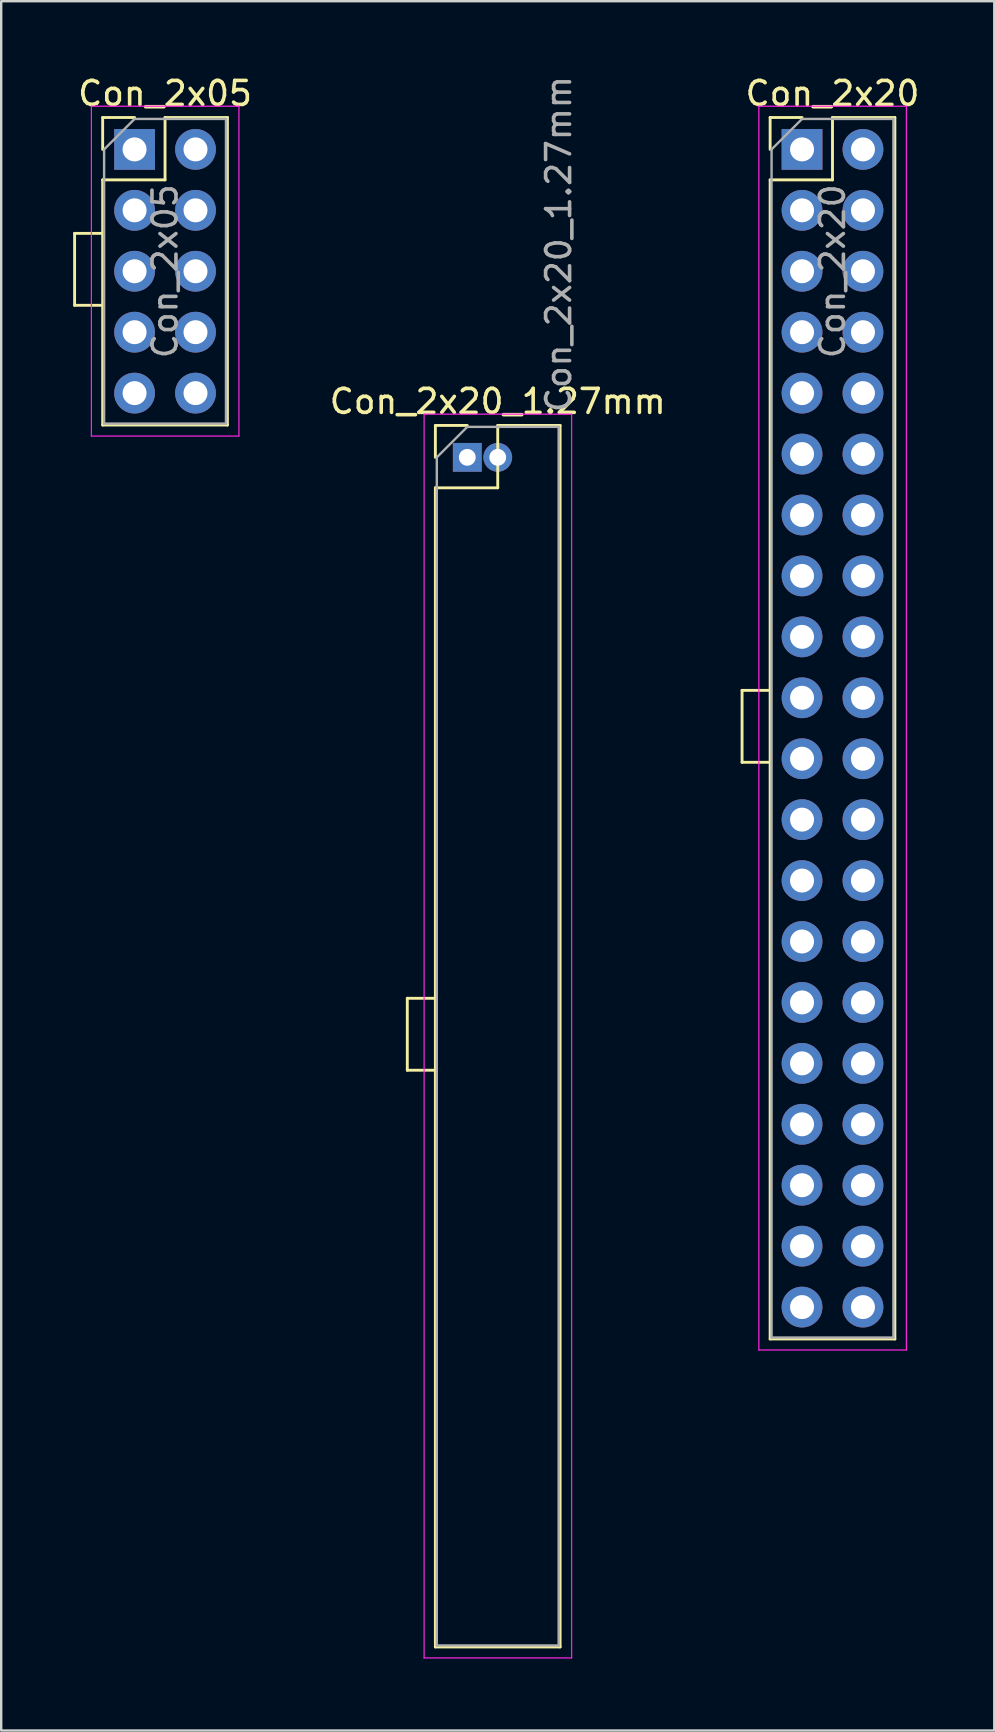
<source format=kicad_pcb>
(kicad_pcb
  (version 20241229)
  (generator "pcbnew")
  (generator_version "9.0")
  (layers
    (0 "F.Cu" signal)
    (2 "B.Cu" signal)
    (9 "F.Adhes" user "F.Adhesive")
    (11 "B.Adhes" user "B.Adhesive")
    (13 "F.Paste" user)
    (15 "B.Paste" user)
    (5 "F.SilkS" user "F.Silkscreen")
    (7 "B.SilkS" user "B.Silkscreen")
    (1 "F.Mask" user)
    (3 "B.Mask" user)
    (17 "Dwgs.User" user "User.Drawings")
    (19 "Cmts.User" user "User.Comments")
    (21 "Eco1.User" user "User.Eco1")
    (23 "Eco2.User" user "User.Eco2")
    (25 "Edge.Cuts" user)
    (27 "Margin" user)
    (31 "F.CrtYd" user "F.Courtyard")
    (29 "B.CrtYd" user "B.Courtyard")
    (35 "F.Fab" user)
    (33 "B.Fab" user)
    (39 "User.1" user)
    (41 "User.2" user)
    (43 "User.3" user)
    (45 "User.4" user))
  (footprint "Con_2x20"
    (layer "F.Cu")
    (at 30.384 3.178)
    (property "Reference" "Con_2x20" (at 1.27 -2.33 0) (layer "F.SilkS") (effects (font (size 1 1) (thickness 0.15))))
    (attr through_hole)
    (fp_line (start -2.5 22.55) (end -2.5 25.55) (stroke (width 0.12) (type solid)) (layer "F.SilkS"))
    (fp_line (start -2.5 25.55) (end -1.33 25.55) (stroke (width 0.12) (type solid)) (layer "F.SilkS"))
    (fp_line (start -1.33 -1.33) (end 0 -1.33) (stroke (width 0.12) (type solid)) (layer "F.SilkS"))
    (fp_line (start -1.33 0) (end -1.33 -1.33) (stroke (width 0.12) (type solid)) (layer "F.SilkS"))
    (fp_line (start -1.33 1.27) (end -1.33 49.59) (stroke (width 0.12) (type solid)) (layer "F.SilkS"))
    (fp_line (start -1.33 1.27) (end 1.27 1.27) (stroke (width 0.12) (type solid)) (layer "F.SilkS"))
    (fp_line (start -1.33 22.55) (end -2.5 22.55) (stroke (width 0.12) (type solid)) (layer "F.SilkS"))
    (fp_line (start -1.33 49.59) (end 3.87 49.59) (stroke (width 0.12) (type solid)) (layer "F.SilkS"))
    (fp_line (start 1.27 -1.33) (end 3.87 -1.33) (stroke (width 0.12) (type solid)) (layer "F.SilkS"))
    (fp_line (start 1.27 1.27) (end 1.27 -1.33) (stroke (width 0.12) (type solid)) (layer "F.SilkS"))
    (fp_line (start 3.87 -1.33) (end 3.87 49.59) (stroke (width 0.12) (type solid)) (layer "F.SilkS"))
    (fp_line (start -1.8 -1.8) (end -1.8 50.05) (stroke (width 0.05) (type solid)) (layer "F.CrtYd"))
    (fp_line (start -1.8 50.05) (end 4.35 50.05) (stroke (width 0.05) (type solid)) (layer "F.CrtYd"))
    (fp_line (start 4.35 -1.8) (end -1.8 -1.8) (stroke (width 0.05) (type solid)) (layer "F.CrtYd"))
    (fp_line (start 4.35 50.05) (end 4.35 -1.8) (stroke (width 0.05) (type solid)) (layer "F.CrtYd"))
    (fp_line (start -1.27 0) (end 0 -1.27) (stroke (width 0.1) (type solid)) (layer "F.Fab"))
    (fp_line (start -1.27 49.53) (end -1.27 0) (stroke (width 0.1) (type solid)) (layer "F.Fab"))
    (fp_line (start 0 -1.27) (end 3.81 -1.27) (stroke (width 0.1) (type solid)) (layer "F.Fab"))
    (fp_line (start 3.81 -1.27) (end 3.81 49.53) (stroke (width 0.1) (type solid)) (layer "F.Fab"))
    (fp_line (start 3.81 49.53) (end -1.27 49.53) (stroke (width 0.1) (type solid)) (layer "F.Fab"))
    (fp_text user "${REFERENCE}" (at 1.27 5.08 90) (layer "F.Fab") (effects (font (size 1 1) (thickness 0.15))))
    (pad "1" thru_hole rect (at 0 0) (size 1.7 1.7) (drill 1) (layers "*.Cu" "*.Mask"))
    (pad "2" thru_hole oval (at 2.54 0) (size 1.7 1.7) (drill 1) (layers "*.Cu" "*.Mask"))
    (pad "3" thru_hole oval (at 0 2.54) (size 1.7 1.7) (drill 1) (layers "*.Cu" "*.Mask"))
    (pad "4" thru_hole oval (at 2.54 2.54) (size 1.7 1.7) (drill 1) (layers "*.Cu" "*.Mask"))
    (pad "5" thru_hole oval (at 0 5.08) (size 1.7 1.7) (drill 1) (layers "*.Cu" "*.Mask"))
    (pad "6" thru_hole oval (at 2.54 5.08) (size 1.7 1.7) (drill 1) (layers "*.Cu" "*.Mask"))
    (pad "7" thru_hole oval (at 0 7.62) (size 1.7 1.7) (drill 1) (layers "*.Cu" "*.Mask"))
    (pad "8" thru_hole oval (at 2.54 7.62) (size 1.7 1.7) (drill 1) (layers "*.Cu" "*.Mask"))
    (pad "9" thru_hole oval (at 0 10.16) (size 1.7 1.7) (drill 1) (layers "*.Cu" "*.Mask"))
    (pad "10" thru_hole oval (at 2.54 10.16) (size 1.7 1.7) (drill 1) (layers "*.Cu" "*.Mask"))
    (pad "11" thru_hole circle (at 0 12.7) (size 1.7 1.7) (drill 1) (layers "*.Cu" "*.Mask"))
    (pad "12" thru_hole circle (at 2.54 12.7) (size 1.7 1.7) (drill 1) (layers "*.Cu" "*.Mask"))
    (pad "13" thru_hole circle (at 0 15.24) (size 1.7 1.7) (drill 1) (layers "*.Cu" "*.Mask"))
    (pad "14" thru_hole circle (at 2.54 15.24) (size 1.7 1.7) (drill 1) (layers "*.Cu" "*.Mask"))
    (pad "15" thru_hole circle (at 0 17.78) (size 1.7 1.7) (drill 1) (layers "*.Cu" "*.Mask"))
    (pad "16" thru_hole circle (at 2.54 17.78) (size 1.7 1.7) (drill 1) (layers "*.Cu" "*.Mask"))
    (pad "17" thru_hole circle (at 0 20.32) (size 1.7 1.7) (drill 1) (layers "*.Cu" "*.Mask"))
    (pad "18" thru_hole circle (at 2.54 20.32) (size 1.7 1.7) (drill 1) (layers "*.Cu" "*.Mask"))
    (pad "19" thru_hole circle (at 0 22.86) (size 1.7 1.7) (drill 1) (layers "*.Cu" "*.Mask"))
    (pad "20" thru_hole circle (at 2.54 22.86) (size 1.7 1.7) (drill 1) (layers "*.Cu" "*.Mask"))
    (pad "21" thru_hole circle (at 0 25.4) (size 1.7 1.7) (drill 1) (layers "*.Cu" "*.Mask"))
    (pad "22" thru_hole circle (at 2.54 25.4) (size 1.7 1.7) (drill 1) (layers "*.Cu" "*.Mask"))
    (pad "23" thru_hole circle (at 0 27.94) (size 1.7 1.7) (drill 1) (layers "*.Cu" "*.Mask"))
    (pad "24" thru_hole circle (at 2.54 27.94) (size 1.7 1.7) (drill 1) (layers "*.Cu" "*.Mask"))
    (pad "25" thru_hole circle (at 0 30.48) (size 1.7 1.7) (drill 1) (layers "*.Cu" "*.Mask"))
    (pad "26" thru_hole circle (at 2.54 30.48) (size 1.7 1.7) (drill 1) (layers "*.Cu" "*.Mask"))
    (pad "27" thru_hole circle (at 0 33.02) (size 1.7 1.7) (drill 1) (layers "*.Cu" "*.Mask"))
    (pad "28" thru_hole circle (at 2.54 33.02) (size 1.7 1.7) (drill 1) (layers "*.Cu" "*.Mask"))
    (pad "29" thru_hole circle (at 0 35.56) (size 1.7 1.7) (drill 1) (layers "*.Cu" "*.Mask"))
    (pad "30" thru_hole circle (at 2.54 35.56) (size 1.7 1.7) (drill 1) (layers "*.Cu" "*.Mask"))
    (pad "31" thru_hole circle (at 0 38.1) (size 1.7 1.7) (drill 1) (layers "*.Cu" "*.Mask"))
    (pad "32" thru_hole circle (at 2.54 38.1) (size 1.7 1.7) (drill 1) (layers "*.Cu" "*.Mask"))
    (pad "33" thru_hole circle (at 0 40.64) (size 1.7 1.7) (drill 1) (layers "*.Cu" "*.Mask"))
    (pad "34" thru_hole circle (at 2.54 40.64) (size 1.7 1.7) (drill 1) (layers "*.Cu" "*.Mask"))
    (pad "35" thru_hole circle (at 0 43.18) (size 1.7 1.7) (drill 1) (layers "*.Cu" "*.Mask"))
    (pad "36" thru_hole circle (at 2.54 43.18) (size 1.7 1.7) (drill 1) (layers "*.Cu" "*.Mask"))
    (pad "37" thru_hole circle (at 0 45.72) (size 1.7 1.7) (drill 1) (layers "*.Cu" "*.Mask"))
    (pad "38" thru_hole circle (at 2.54 45.72) (size 1.7 1.7) (drill 1) (layers "*.Cu" "*.Mask"))
    (pad "39" thru_hole circle (at 0 48.26) (size 1.7 1.7) (drill 1) (layers "*.Cu" "*.Mask"))
    (pad "40" thru_hole circle (at 2.54 48.26) (size 1.7 1.7) (drill 1) (layers "*.Cu" "*.Mask")))
  (footprint "Con_2x20_1.27mm"
    (layer "F.Cu")
    (at 16.429 16.015)
    (property "Reference" "Con_2x20_1.27mm" (at 1.27 -2.33 0) (layer "F.SilkS") (effects (font (size 1 1) (thickness 0.15))))
    (attr through_hole)
    (fp_line (start -2.5 22.55) (end -2.5 25.55) (stroke (width 0.12) (type solid)) (layer "F.SilkS"))
    (fp_line (start -2.5 25.55) (end -1.33 25.55) (stroke (width 0.12) (type solid)) (layer "F.SilkS"))
    (fp_line (start -1.33 -1.33) (end 0 -1.33) (stroke (width 0.12) (type solid)) (layer "F.SilkS"))
    (fp_line (start -1.33 0) (end -1.33 -1.33) (stroke (width 0.12) (type solid)) (layer "F.SilkS"))
    (fp_line (start -1.33 1.27) (end -1.33 49.59) (stroke (width 0.12) (type solid)) (layer "F.SilkS"))
    (fp_line (start -1.33 1.27) (end 1.27 1.27) (stroke (width 0.12) (type solid)) (layer "F.SilkS"))
    (fp_line (start -1.33 22.55) (end -2.5 22.55) (stroke (width 0.12) (type solid)) (layer "F.SilkS"))
    (fp_line (start -1.33 49.59) (end 3.87 49.59) (stroke (width 0.12) (type solid)) (layer "F.SilkS"))
    (fp_line (start 1.27 -1.33) (end 3.87 -1.33) (stroke (width 0.12) (type solid)) (layer "F.SilkS"))
    (fp_line (start 1.27 1.27) (end 1.27 -1.33) (stroke (width 0.12) (type solid)) (layer "F.SilkS"))
    (fp_line (start 3.87 -1.33) (end 3.87 49.59) (stroke (width 0.12) (type solid)) (layer "F.SilkS"))
    (fp_line (start -1.8 -1.8) (end -1.8 50.05) (stroke (width 0.05) (type solid)) (layer "F.CrtYd"))
    (fp_line (start -1.8 50.05) (end 4.35 50.05) (stroke (width 0.05) (type solid)) (layer "F.CrtYd"))
    (fp_line (start 4.35 -1.8) (end -1.8 -1.8) (stroke (width 0.05) (type solid)) (layer "F.CrtYd"))
    (fp_line (start 4.35 50.05) (end 4.35 -1.8) (stroke (width 0.05) (type solid)) (layer "F.CrtYd"))
    (fp_line (start -1.27 0) (end 0 -1.27) (stroke (width 0.1) (type solid)) (layer "F.Fab"))
    (fp_line (start -1.27 49.53) (end -1.27 0) (stroke (width 0.1) (type solid)) (layer "F.Fab"))
    (fp_line (start 0 -1.27) (end 3.81 -1.27) (stroke (width 0.1) (type solid)) (layer "F.Fab"))
    (fp_line (start 3.81 -1.27) (end 3.81 49.53) (stroke (width 0.1) (type solid)) (layer "F.Fab"))
    (fp_line (start 3.81 49.53) (end -1.27 49.53) (stroke (width 0.1) (type solid)) (layer "F.Fab"))
    (fp_text user "${REFERENCE}" (at 3.81 -8.89 90) (layer "F.Fab") (effects (font (size 1 1) (thickness 0.15))))
    (pad "1" thru_hole rect (at 0 0) (size 1.2 1.2) (drill 0.7) (layers "*.Cu" "*.Mask"))
    (pad "2" thru_hole circle (at 1.27 0) (size 1.2 1.2) (drill 0.7) (layers "*.Cu" "*.Mask")))
  (footprint "Con_2x05"
    (layer "F.Cu")
    (at 2.56 3.178)
    (property "Reference" "Con_2x05" (at 1.27 -2.33 0) (layer "F.SilkS") (effects (font (size 1 1) (thickness 0.15))))
    (attr through_hole)
    (fp_line (start -2.5 3.5) (end -2.5 6.5) (stroke (width 0.12) (type solid)) (layer "F.SilkS"))
    (fp_line (start -2.5 6.5) (end -1.33 6.5) (stroke (width 0.12) (type solid)) (layer "F.SilkS"))
    (fp_line (start -1.33 -1.33) (end 0 -1.33) (stroke (width 0.12) (type solid)) (layer "F.SilkS"))
    (fp_line (start -1.33 0) (end -1.33 -1.33) (stroke (width 0.12) (type solid)) (layer "F.SilkS"))
    (fp_line (start -1.33 1.27) (end -1.33 11.49) (stroke (width 0.12) (type solid)) (layer "F.SilkS"))
    (fp_line (start -1.33 1.27) (end 1.27 1.27) (stroke (width 0.12) (type solid)) (layer "F.SilkS"))
    (fp_line (start -1.33 3.5) (end -2.5 3.5) (stroke (width 0.12) (type solid)) (layer "F.SilkS"))
    (fp_line (start -1.33 11.49) (end 3.87 11.49) (stroke (width 0.12) (type solid)) (layer "F.SilkS"))
    (fp_line (start 1.27 -1.33) (end 3.87 -1.33) (stroke (width 0.12) (type solid)) (layer "F.SilkS"))
    (fp_line (start 1.27 1.27) (end 1.27 -1.33) (stroke (width 0.12) (type solid)) (layer "F.SilkS"))
    (fp_line (start 3.87 -1.33) (end 3.87 11.49) (stroke (width 0.12) (type solid)) (layer "F.SilkS"))
    (fp_line (start -1.8 -1.8) (end -1.8 11.95) (stroke (width 0.05) (type solid)) (layer "F.CrtYd"))
    (fp_line (start -1.8 11.95) (end 4.35 11.95) (stroke (width 0.05) (type solid)) (layer "F.CrtYd"))
    (fp_line (start 4.35 -1.8) (end -1.8 -1.8) (stroke (width 0.05) (type solid)) (layer "F.CrtYd"))
    (fp_line (start 4.35 11.95) (end 4.35 -1.8) (stroke (width 0.05) (type solid)) (layer "F.CrtYd"))
    (fp_line (start -1.27 0) (end 0 -1.27) (stroke (width 0.1) (type solid)) (layer "F.Fab"))
    (fp_line (start -1.27 11.43) (end -1.27 0) (stroke (width 0.1) (type solid)) (layer "F.Fab"))
    (fp_line (start 0 -1.27) (end 3.81 -1.27) (stroke (width 0.1) (type solid)) (layer "F.Fab"))
    (fp_line (start 3.81 -1.27) (end 3.81 11.43) (stroke (width 0.1) (type solid)) (layer "F.Fab"))
    (fp_line (start 3.81 11.43) (end -1.27 11.43) (stroke (width 0.1) (type solid)) (layer "F.Fab"))
    (fp_text user "${REFERENCE}" (at 1.27 5.08 90) (layer "F.Fab") (effects (font (size 1 1) (thickness 0.15))))
    (pad "1" thru_hole rect (at 0 0) (size 1.7 1.7) (drill 1) (layers "*.Cu" "*.Mask"))
    (pad "2" thru_hole oval (at 2.54 0) (size 1.7 1.7) (drill 1) (layers "*.Cu" "*.Mask"))
    (pad "3" thru_hole oval (at 0 2.54) (size 1.7 1.7) (drill 1) (layers "*.Cu" "*.Mask"))
    (pad "4" thru_hole oval (at 2.54 2.54) (size 1.7 1.7) (drill 1) (layers "*.Cu" "*.Mask"))
    (pad "5" thru_hole oval (at 0 5.08) (size 1.7 1.7) (drill 1) (layers "*.Cu" "*.Mask"))
    (pad "6" thru_hole oval (at 2.54 5.08) (size 1.7 1.7) (drill 1) (layers "*.Cu" "*.Mask"))
    (pad "7" thru_hole oval (at 0 7.62) (size 1.7 1.7) (drill 1) (layers "*.Cu" "*.Mask"))
    (pad "8" thru_hole oval (at 2.54 7.62) (size 1.7 1.7) (drill 1) (layers "*.Cu" "*.Mask"))
    (pad "9" thru_hole oval (at 0 10.16) (size 1.7 1.7) (drill 1) (layers "*.Cu" "*.Mask"))
    (pad "10" thru_hole oval (at 2.54 10.16) (size 1.7 1.7) (drill 1) (layers "*.Cu" "*.Mask")))
  (gr_rect
    (start -3 -3)
    (end 38.398 69.09)
    (stroke (width 0.1) (type default))
    (fill no)
    (layer "Edge.Cuts")))
</source>
